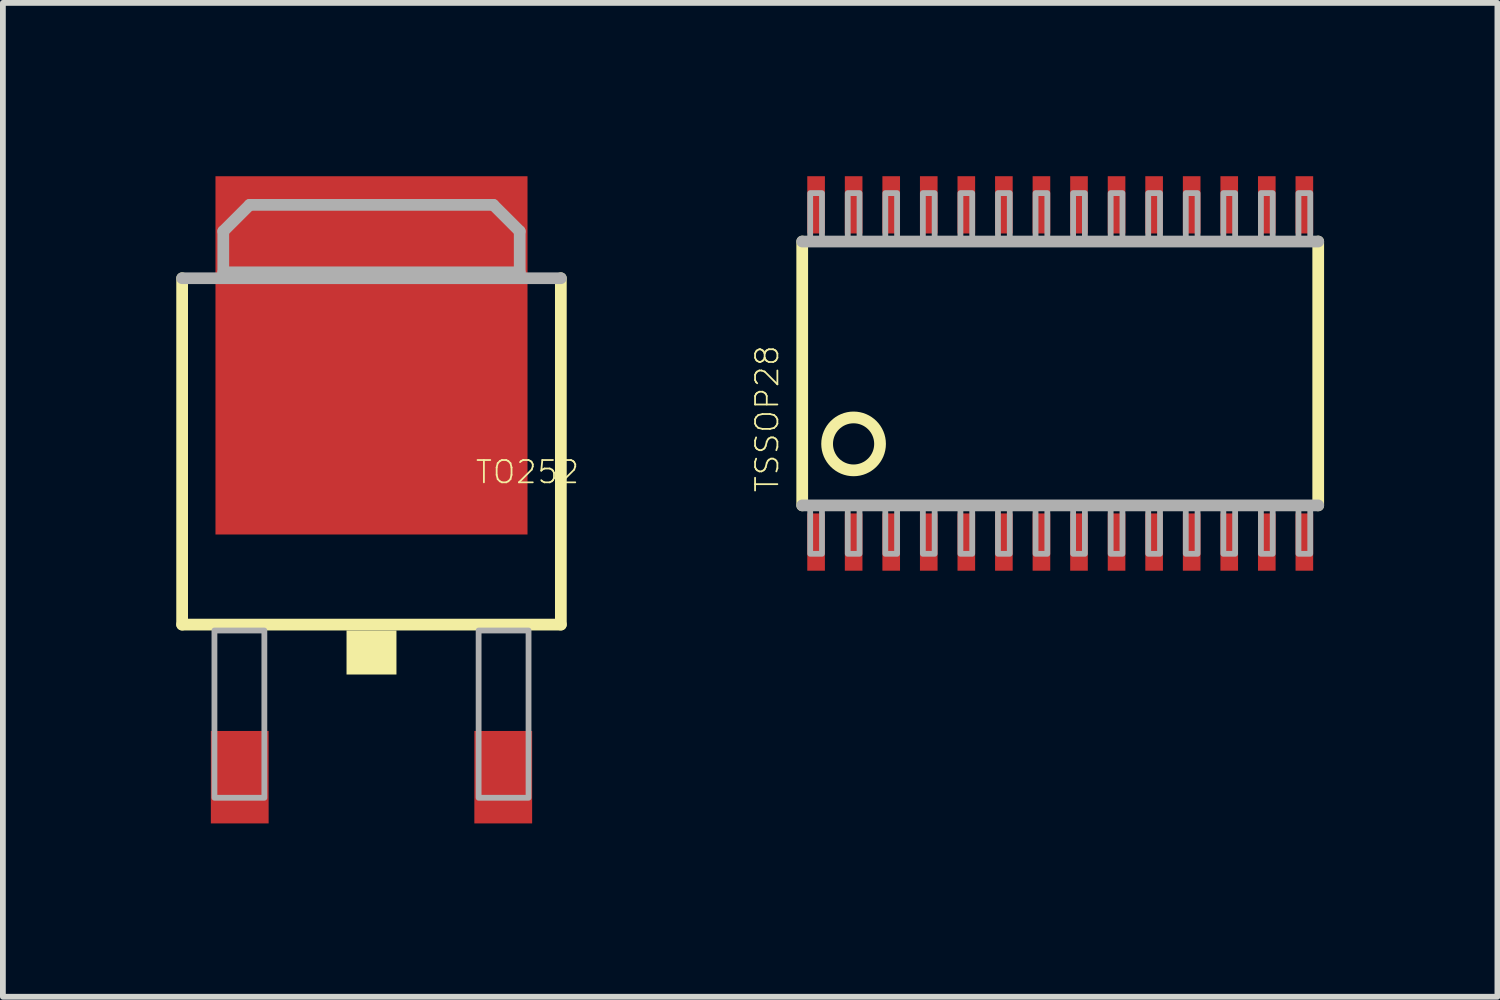
<source format=kicad_pcb>
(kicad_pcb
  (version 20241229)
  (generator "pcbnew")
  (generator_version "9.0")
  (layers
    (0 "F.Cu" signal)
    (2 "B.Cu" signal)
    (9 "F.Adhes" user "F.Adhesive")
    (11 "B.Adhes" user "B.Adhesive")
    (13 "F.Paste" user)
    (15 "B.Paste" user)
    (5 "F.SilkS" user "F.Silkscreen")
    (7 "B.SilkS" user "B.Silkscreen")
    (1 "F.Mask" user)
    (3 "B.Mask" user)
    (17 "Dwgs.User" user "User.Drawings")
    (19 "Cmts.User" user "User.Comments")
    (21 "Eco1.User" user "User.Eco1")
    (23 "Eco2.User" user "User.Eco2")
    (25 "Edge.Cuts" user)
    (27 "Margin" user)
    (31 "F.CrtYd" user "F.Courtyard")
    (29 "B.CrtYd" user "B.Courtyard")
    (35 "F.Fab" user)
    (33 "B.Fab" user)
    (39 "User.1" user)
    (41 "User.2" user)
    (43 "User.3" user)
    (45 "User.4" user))
  (footprint "TSSOP28"
    (layer "F.Cu")
    (at 15.298 3.413)
    (property "Reference" "TSSOP28" (at -4.846 2.083 90) (layer "F.SilkS") (effects (font (size 0.386 0.386) (thickness 0.031)) (justify left bottom)))
    (attr through_hole)
    (fp_line (start -4.465 2.283) (end -4.465 -2.283) (stroke (width 0.203) (type solid)) (layer "F.SilkS"))
    (fp_line (start 4.465 -2.283) (end 4.465 2.283) (stroke (width 0.203) (type solid)) (layer "F.SilkS"))
    (fp_circle (center -3.576 1.219) (end -3.118 1.219) (stroke (width 0.203) (type solid)) (fill no) (layer "F.SilkS"))
    (fp_line (start -4.465 2.283) (end 4.465 2.283) (stroke (width 0.203) (type solid)) (layer "F.Fab"))
    (fp_line (start 4.465 -2.283) (end -4.465 -2.283) (stroke (width 0.203) (type solid)) (layer "F.Fab"))
    (fp_poly (pts (xy -4.327 -2.283) (xy -4.123 -2.283) (xy -4.123 -3.121) (xy -4.327 -3.121)) (stroke (width 0.1) (type solid)) (fill no) (layer "F.Fab"))
    (fp_poly (pts (xy -4.327 3.121) (xy -4.123 3.121) (xy -4.123 2.283) (xy -4.327 2.283)) (stroke (width 0.1) (type solid)) (fill no) (layer "F.Fab"))
    (fp_poly (pts (xy -3.677 -2.283) (xy -3.473 -2.283) (xy -3.473 -3.121) (xy -3.677 -3.121)) (stroke (width 0.1) (type solid)) (fill no) (layer "F.Fab"))
    (fp_poly (pts (xy -3.677 3.121) (xy -3.473 3.121) (xy -3.473 2.283) (xy -3.677 2.283)) (stroke (width 0.1) (type solid)) (fill no) (layer "F.Fab"))
    (fp_poly (pts (xy -3.027 -2.283) (xy -2.823 -2.283) (xy -2.823 -3.121) (xy -3.027 -3.121)) (stroke (width 0.1) (type solid)) (fill no) (layer "F.Fab"))
    (fp_poly (pts (xy -3.027 3.121) (xy -2.823 3.121) (xy -2.823 2.283) (xy -3.027 2.283)) (stroke (width 0.1) (type solid)) (fill no) (layer "F.Fab"))
    (fp_poly (pts (xy -2.377 -2.283) (xy -2.173 -2.283) (xy -2.173 -3.121) (xy -2.377 -3.121)) (stroke (width 0.1) (type solid)) (fill no) (layer "F.Fab"))
    (fp_poly (pts (xy -2.377 3.121) (xy -2.173 3.121) (xy -2.173 2.283) (xy -2.377 2.283)) (stroke (width 0.1) (type solid)) (fill no) (layer "F.Fab"))
    (fp_poly (pts (xy -1.727 -2.283) (xy -1.523 -2.283) (xy -1.523 -3.121) (xy -1.727 -3.121)) (stroke (width 0.1) (type solid)) (fill no) (layer "F.Fab"))
    (fp_poly (pts (xy -1.727 3.121) (xy -1.523 3.121) (xy -1.523 2.283) (xy -1.727 2.283)) (stroke (width 0.1) (type solid)) (fill no) (layer "F.Fab"))
    (fp_poly (pts (xy -1.077 -2.283) (xy -0.873 -2.283) (xy -0.873 -3.121) (xy -1.077 -3.121)) (stroke (width 0.1) (type solid)) (fill no) (layer "F.Fab"))
    (fp_poly (pts (xy -1.077 3.121) (xy -0.873 3.121) (xy -0.873 2.283) (xy -1.077 2.283)) (stroke (width 0.1) (type solid)) (fill no) (layer "F.Fab"))
    (fp_poly (pts (xy -0.427 -2.283) (xy -0.223 -2.283) (xy -0.223 -3.121) (xy -0.427 -3.121)) (stroke (width 0.1) (type solid)) (fill no) (layer "F.Fab"))
    (fp_poly (pts (xy -0.427 3.121) (xy -0.223 3.121) (xy -0.223 2.283) (xy -0.427 2.283)) (stroke (width 0.1) (type solid)) (fill no) (layer "F.Fab"))
    (fp_poly (pts (xy 0.223 -2.283) (xy 0.427 -2.283) (xy 0.427 -3.121) (xy 0.223 -3.121)) (stroke (width 0.1) (type solid)) (fill no) (layer "F.Fab"))
    (fp_poly (pts (xy 0.223 3.121) (xy 0.427 3.121) (xy 0.427 2.283) (xy 0.223 2.283)) (stroke (width 0.1) (type solid)) (fill no) (layer "F.Fab"))
    (fp_poly (pts (xy 0.873 -2.283) (xy 1.077 -2.283) (xy 1.077 -3.121) (xy 0.873 -3.121)) (stroke (width 0.1) (type solid)) (fill no) (layer "F.Fab"))
    (fp_poly (pts (xy 0.873 3.121) (xy 1.077 3.121) (xy 1.077 2.283) (xy 0.873 2.283)) (stroke (width 0.1) (type solid)) (fill no) (layer "F.Fab"))
    (fp_poly (pts (xy 1.523 -2.283) (xy 1.727 -2.283) (xy 1.727 -3.121) (xy 1.523 -3.121)) (stroke (width 0.1) (type solid)) (fill no) (layer "F.Fab"))
    (fp_poly (pts (xy 1.523 3.121) (xy 1.727 3.121) (xy 1.727 2.283) (xy 1.523 2.283)) (stroke (width 0.1) (type solid)) (fill no) (layer "F.Fab"))
    (fp_poly (pts (xy 2.173 -2.283) (xy 2.377 -2.283) (xy 2.377 -3.121) (xy 2.173 -3.121)) (stroke (width 0.1) (type solid)) (fill no) (layer "F.Fab"))
    (fp_poly (pts (xy 2.173 3.121) (xy 2.377 3.121) (xy 2.377 2.283) (xy 2.173 2.283)) (stroke (width 0.1) (type solid)) (fill no) (layer "F.Fab"))
    (fp_poly (pts (xy 2.823 -2.283) (xy 3.027 -2.283) (xy 3.027 -3.121) (xy 2.823 -3.121)) (stroke (width 0.1) (type solid)) (fill no) (layer "F.Fab"))
    (fp_poly (pts (xy 2.823 3.121) (xy 3.027 3.121) (xy 3.027 2.283) (xy 2.823 2.283)) (stroke (width 0.1) (type solid)) (fill no) (layer "F.Fab"))
    (fp_poly (pts (xy 3.473 -2.283) (xy 3.677 -2.283) (xy 3.677 -3.121) (xy 3.473 -3.121)) (stroke (width 0.1) (type solid)) (fill no) (layer "F.Fab"))
    (fp_poly (pts (xy 3.473 3.121) (xy 3.677 3.121) (xy 3.677 2.283) (xy 3.473 2.283)) (stroke (width 0.1) (type solid)) (fill no) (layer "F.Fab"))
    (fp_poly (pts (xy 4.123 -2.283) (xy 4.327 -2.283) (xy 4.327 -3.121) (xy 4.123 -3.121)) (stroke (width 0.1) (type solid)) (fill no) (layer "F.Fab"))
    (fp_poly (pts (xy 4.123 3.121) (xy 4.327 3.121) (xy 4.327 2.283) (xy 4.123 2.283)) (stroke (width 0.1) (type solid)) (fill no) (layer "F.Fab"))
    (pad "1" smd rect (at -4.225 2.918) (size 0.305 0.991) (layers "F.Cu" "F.Mask" "F.Paste"))
    (pad "2" smd rect (at -3.575 2.918) (size 0.305 0.991) (layers "F.Cu" "F.Mask" "F.Paste"))
    (pad "3" smd rect (at -2.925 2.918) (size 0.305 0.991) (layers "F.Cu" "F.Mask" "F.Paste"))
    (pad "4" smd rect (at -2.275 2.918) (size 0.305 0.991) (layers "F.Cu" "F.Mask" "F.Paste"))
    (pad "5" smd rect (at -1.625 2.918) (size 0.305 0.991) (layers "F.Cu" "F.Mask" "F.Paste"))
    (pad "6" smd rect (at -0.975 2.918) (size 0.305 0.991) (layers "F.Cu" "F.Mask" "F.Paste"))
    (pad "7" smd rect (at -0.325 2.918) (size 0.305 0.991) (layers "F.Cu" "F.Mask" "F.Paste"))
    (pad "8" smd rect (at 0.325 2.918) (size 0.305 0.991) (layers "F.Cu" "F.Mask" "F.Paste"))
    (pad "9" smd rect (at 0.975 2.918) (size 0.305 0.991) (layers "F.Cu" "F.Mask" "F.Paste"))
    (pad "10" smd rect (at 1.625 2.918) (size 0.305 0.991) (layers "F.Cu" "F.Mask" "F.Paste"))
    (pad "11" smd rect (at 2.275 2.918) (size 0.305 0.991) (layers "F.Cu" "F.Mask" "F.Paste"))
    (pad "12" smd rect (at 2.925 2.918) (size 0.305 0.991) (layers "F.Cu" "F.Mask" "F.Paste"))
    (pad "13" smd rect (at 3.575 2.918) (size 0.305 0.991) (layers "F.Cu" "F.Mask" "F.Paste"))
    (pad "14" smd rect (at 4.225 2.918) (size 0.305 0.991) (layers "F.Cu" "F.Mask" "F.Paste"))
    (pad "15" smd rect (at 4.225 -2.918) (size 0.305 0.991) (layers "F.Cu" "F.Mask" "F.Paste"))
    (pad "16" smd rect (at 3.575 -2.918) (size 0.305 0.991) (layers "F.Cu" "F.Mask" "F.Paste"))
    (pad "17" smd rect (at 2.925 -2.918) (size 0.305 0.991) (layers "F.Cu" "F.Mask" "F.Paste"))
    (pad "18" smd rect (at 2.275 -2.918) (size 0.305 0.991) (layers "F.Cu" "F.Mask" "F.Paste"))
    (pad "19" smd rect (at 1.625 -2.918) (size 0.305 0.991) (layers "F.Cu" "F.Mask" "F.Paste"))
    (pad "20" smd rect (at 0.975 -2.918) (size 0.305 0.991) (layers "F.Cu" "F.Mask" "F.Paste"))
    (pad "21" smd rect (at 0.325 -2.918) (size 0.305 0.991) (layers "F.Cu" "F.Mask" "F.Paste"))
    (pad "22" smd rect (at -0.325 -2.918) (size 0.305 0.991) (layers "F.Cu" "F.Mask" "F.Paste"))
    (pad "23" smd rect (at -0.975 -2.918) (size 0.305 0.991) (layers "F.Cu" "F.Mask" "F.Paste"))
    (pad "24" smd rect (at -1.625 -2.918) (size 0.305 0.991) (layers "F.Cu" "F.Mask" "F.Paste"))
    (pad "25" smd rect (at -2.275 -2.918) (size 0.305 0.991) (layers "F.Cu" "F.Mask" "F.Paste"))
    (pad "26" smd rect (at -2.925 -2.918) (size 0.305 0.991) (layers "F.Cu" "F.Mask" "F.Paste"))
    (pad "27" smd rect (at -3.575 -2.918) (size 0.305 0.991) (layers "F.Cu" "F.Mask" "F.Paste"))
    (pad "28" smd rect (at -4.225 -2.918) (size 0.305 0.991) (layers "F.Cu" "F.Mask" "F.Paste")))
  (footprint "TO252"
    (layer "F.Cu")
    (at 3.379 5.6)
    (property "Reference" "TO252" (at 1.778 -0.254 180) (layer "F.SilkS") (effects (font (size 0.386 0.386) (thickness 0.031)) (justify left bottom)))
    (attr through_hole)
    (fp_line (start -3.277 2.159) (end -3.277 -3.835) (stroke (width 0.203) (type solid)) (layer "F.SilkS"))
    (fp_line (start 3.277 -3.835) (end 3.277 2.159) (stroke (width 0.203) (type solid)) (layer "F.SilkS"))
    (fp_line (start 3.277 2.159) (end -3.277 2.159) (stroke (width 0.203) (type solid)) (layer "F.SilkS"))
    (fp_poly (pts (xy -0.432 3.023) (xy 0.432 3.023) (xy 0.432 2.261) (xy -0.432 2.261)) (stroke (width 0) (type solid)) (fill yes) (layer "F.SilkS"))
    (fp_line (start -3.277 -3.835) (end 3.277 -3.835) (stroke (width 0.203) (type solid)) (layer "F.Fab"))
    (fp_line (start -2.565 -4.648) (end -2.108 -5.105) (stroke (width 0.203) (type solid)) (layer "F.Fab"))
    (fp_line (start -2.565 -3.937) (end -2.565 -4.648) (stroke (width 0.203) (type solid)) (layer "F.Fab"))
    (fp_line (start -2.108 -5.105) (end 2.108 -5.105) (stroke (width 0.203) (type solid)) (layer "F.Fab"))
    (fp_line (start 2.108 -5.105) (end 2.565 -4.648) (stroke (width 0.203) (type solid)) (layer "F.Fab"))
    (fp_line (start 2.565 -4.648) (end 2.565 -3.937) (stroke (width 0.203) (type solid)) (layer "F.Fab"))
    (fp_line (start 2.565 -3.937) (end -2.565 -3.937) (stroke (width 0.203) (type solid)) (layer "F.Fab"))
    (fp_poly (pts (xy -2.718 5.156) (xy -1.854 5.156) (xy -1.854 2.261) (xy -2.718 2.261)) (stroke (width 0.1) (type solid)) (fill no) (layer "F.Fab"))
    (fp_poly (pts (xy 1.854 5.156) (xy 2.718 5.156) (xy 2.718 2.261) (xy 1.854 2.261)) (stroke (width 0.1) (type solid)) (fill no) (layer "F.Fab"))
    (fp_poly (pts (xy -2.565 -3.937) (xy -2.565 -4.648) (xy -2.108 -5.105) (xy 2.108 -5.105) (xy 2.565 -4.648) (xy 2.565 -3.937)) (stroke (width 0.1) (type solid)) (fill no) (layer "F.Fab"))
    (pad "1" smd rect (at -2.28 4.8) (size 1 1.6) (layers "F.Cu" "F.Mask" "F.Paste"))
    (pad "2" smd rect (at 2.28 4.8) (size 1 1.6) (layers "F.Cu" "F.Mask" "F.Paste"))
    (pad "3" smd rect (at 0 -2.5) (size 5.4 6.2) (layers "F.Cu" "F.Mask" "F.Paste")))
  (gr_rect
    (start -3 -3)
    (end 22.864 14.2)
    (stroke (width 0.1) (type default))
    (fill no)
    (layer "Edge.Cuts")))
</source>
